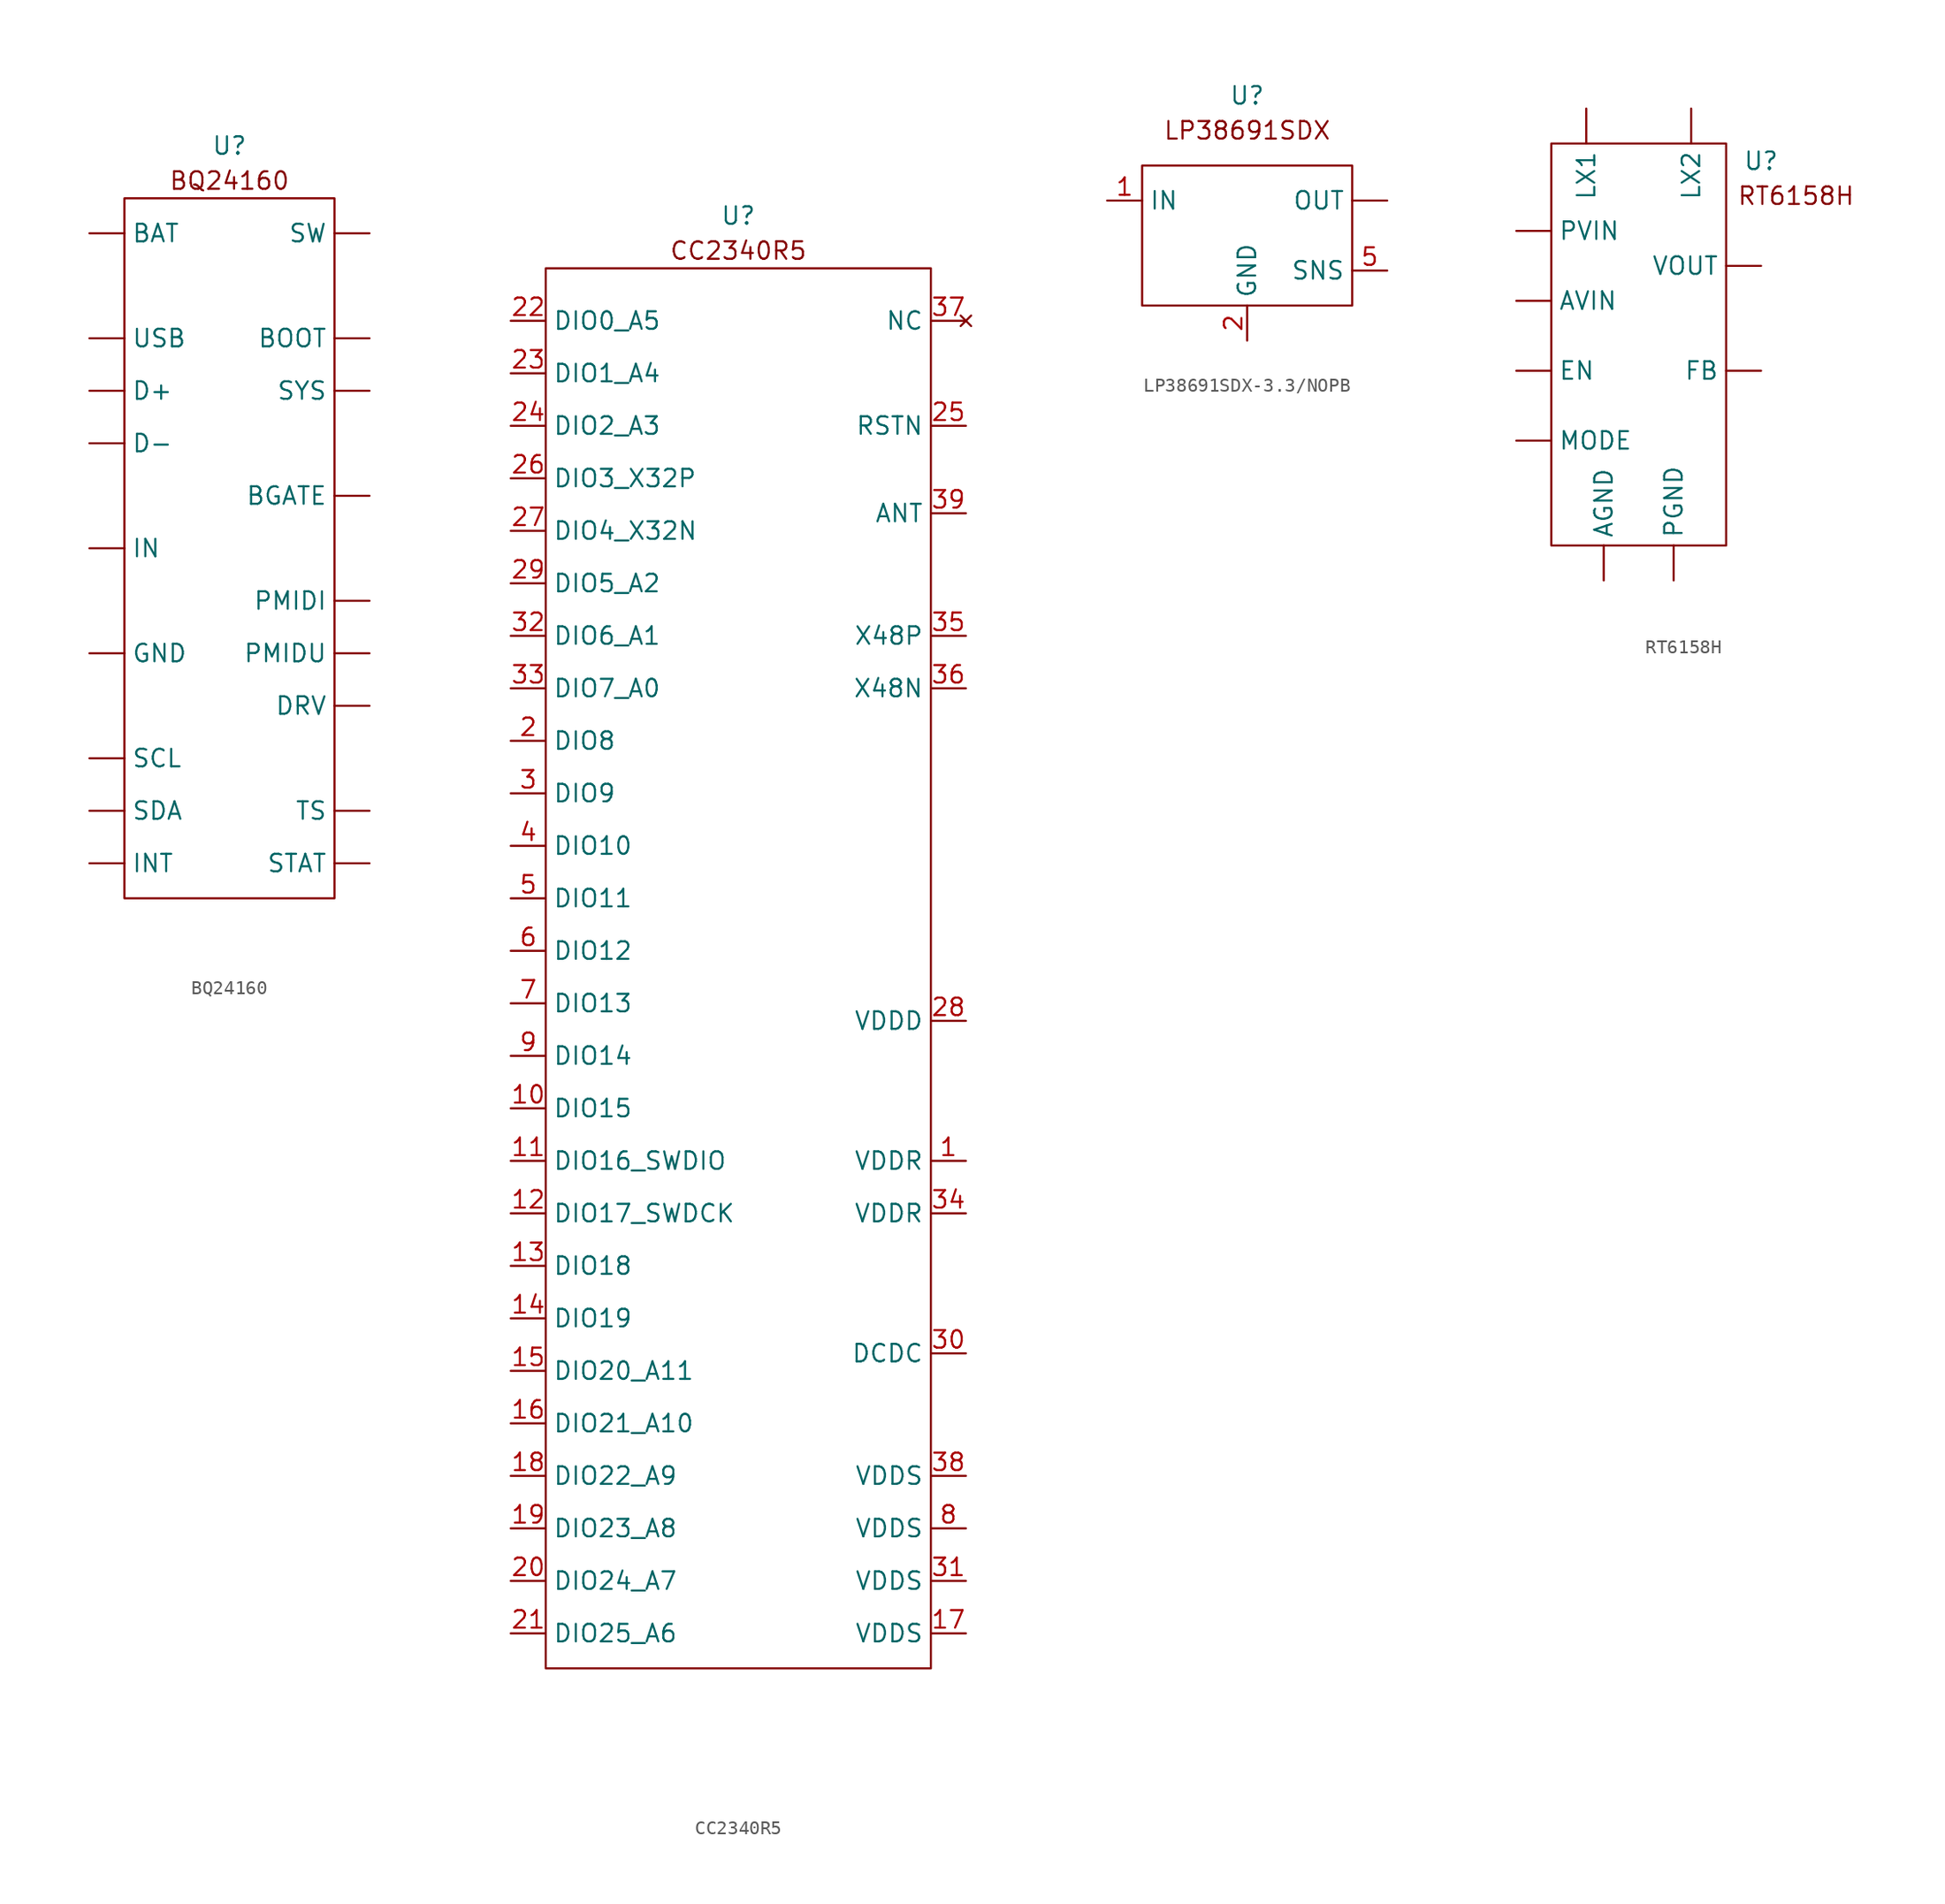
<source format=kicad_sym>
(kicad_symbol_lib
  (version 20231120)
  (generator "kicad_symbol_editor")
  (generator_version "8.0")
  (symbol "BQ24160"
    (property "Reference" "U"
      (at 0 12.7 0)
      (effects (font (size 1.27 1.27))))
    (property "Value" ""
      (at 0 0 0)
      (effects (font (size 1.27 1.27))))
    (symbol "BQ24160_0_1"
      (rectangle (start -7.62 8.89) (end 7.62 -41.91) (stroke (width 0) (type default)) (fill (type none))))
    (symbol "BQ24160_1_1"
      (text "BQ24160" (at 0 10.16 0) (effects (font (size 1.27 1.27))))
      (pin bidirectional line (at -10.16 6.35 0) (length 2.54) (name "BAT" (effects (font (size 1.27 1.27)))) (number "" (effects (font (size 1.27 1.27)))))
      (pin output line (at 10.16 -12.7 180) (length 2.54) (name "BGATE" (effects (font (size 1.27 1.27)))) (number "" (effects (font (size 1.27 1.27)))))
      (pin input line (at 10.16 -1.27 180) (length 2.54) (name "BOOT" (effects (font (size 1.27 1.27)))) (number "" (effects (font (size 1.27 1.27)))))
      (pin input line (at -10.16 -5.08 0) (length 2.54) (name "D+" (effects (font (size 1.27 1.27)))) (number "" (effects (font (size 1.27 1.27)))))
      (pin input line (at -10.16 -8.89 0) (length 2.54) (name "D-" (effects (font (size 1.27 1.27)))) (number "" (effects (font (size 1.27 1.27)))))
      (pin output line (at 10.16 -27.94 180) (length 2.54) (name "DRV" (effects (font (size 1.27 1.27)))) (number "" (effects (font (size 1.27 1.27)))))
      (pin power_in line (at -10.16 -24.13 0) (length 2.54) (name "GND" (effects (font (size 1.27 1.27)))) (number "" (effects (font (size 1.27 1.27)))))
      (pin power_in line (at -10.16 -16.51 0) (length 2.54) (name "IN" (effects (font (size 1.27 1.27)))) (number "" (effects (font (size 1.27 1.27)))))
      (pin output line (at -10.16 -39.37 0) (length 2.54) (name "INT" (effects (font (size 1.27 1.27)))) (number "" (effects (font (size 1.27 1.27)))))
      (pin output line (at 10.16 -20.32 180) (length 2.54) (name "PMIDI" (effects (font (size 1.27 1.27)))) (number "" (effects (font (size 1.27 1.27)))))
      (pin output line (at 10.16 -24.13 180) (length 2.54) (name "PMIDU" (effects (font (size 1.27 1.27)))) (number "" (effects (font (size 1.27 1.27)))))
      (pin input line (at -10.16 -31.75 0) (length 2.54) (name "SCL" (effects (font (size 1.27 1.27)))) (number "" (effects (font (size 1.27 1.27)))))
      (pin bidirectional line (at -10.16 -35.56 0) (length 2.54) (name "SDA" (effects (font (size 1.27 1.27)))) (number "" (effects (font (size 1.27 1.27)))))
      (pin output line (at 10.16 -39.37 180) (length 2.54) (name "STAT" (effects (font (size 1.27 1.27)))) (number "" (effects (font (size 1.27 1.27)))))
      (pin power_out line (at 10.16 6.35 180) (length 2.54) (name "SW" (effects (font (size 1.27 1.27)))) (number "" (effects (font (size 1.27 1.27)))))
      (pin input line (at 10.16 -5.08 180) (length 2.54) (name "SYS" (effects (font (size 1.27 1.27)))) (number "" (effects (font (size 1.27 1.27)))))
      (pin input line (at 10.16 -35.56 180) (length 2.54) (name "TS" (effects (font (size 1.27 1.27)))) (number "" (effects (font (size 1.27 1.27)))))
      (pin power_in line (at -10.16 -1.27 0) (length 2.54) (name "USB" (effects (font (size 1.27 1.27)))) (number "" (effects (font (size 1.27 1.27)))))))
  (symbol "CC2340R5"
    (property "Reference" "U"
      (at 0 49.53 0)
      (effects (font (size 1.27 1.27))))
    (property "Value" ""
      (at 16.51 -52.07 0)
      (effects (font (size 1.27 1.27))))
    (symbol "CC2340R5_0_1"
      (rectangle (start -13.97 45.72) (end 13.97 -55.88) (stroke (width 0) (type default)) (fill (type none))))
    (symbol "CC2340R5_1_1"
      (text "CC2340R5" (at 0 46.99 0) (effects (font (size 1.27 1.27))))
      (pin power_in line (at 16.51 -19.05 180) (length 2.54) (name "VDDR" (effects (font (size 1.27 1.27)))) (number "1" (effects (font (size 1.27 1.27)))))
      (pin bidirectional line (at -16.51 -15.24 0) (length 2.54) (name "DIO15" (effects (font (size 1.27 1.27)))) (number "10" (effects (font (size 1.27 1.27)))))
      (pin bidirectional line (at -16.51 -19.05 0) (length 2.54) (name "DIO16_SWDIO" (effects (font (size 1.27 1.27)))) (number "11" (effects (font (size 1.27 1.27)))))
      (pin bidirectional line (at -16.51 -22.86 0) (length 2.54) (name "DIO17_SWDCK" (effects (font (size 1.27 1.27)))) (number "12" (effects (font (size 1.27 1.27)))))
      (pin bidirectional line (at -16.51 -26.67 0) (length 2.54) (name "DIO18" (effects (font (size 1.27 1.27)))) (number "13" (effects (font (size 1.27 1.27)))))
      (pin bidirectional line (at -16.51 -30.48 0) (length 2.54) (name "DIO19" (effects (font (size 1.27 1.27)))) (number "14" (effects (font (size 1.27 1.27)))))
      (pin bidirectional line (at -16.51 -34.29 0) (length 2.54) (name "DIO20_A11" (effects (font (size 1.27 1.27)))) (number "15" (effects (font (size 1.27 1.27)))))
      (pin bidirectional line (at -16.51 -38.1 0) (length 2.54) (name "DIO21_A10" (effects (font (size 1.27 1.27)))) (number "16" (effects (font (size 1.27 1.27)))))
      (pin power_in line (at 16.51 -53.34 180) (length 2.54) (name "VDDS" (effects (font (size 1.27 1.27)))) (number "17" (effects (font (size 1.27 1.27)))))
      (pin bidirectional line (at -16.51 -41.91 0) (length 2.54) (name "DIO22_A9" (effects (font (size 1.27 1.27)))) (number "18" (effects (font (size 1.27 1.27)))))
      (pin bidirectional line (at -16.51 -45.72 0) (length 2.54) (name "DIO23_A8" (effects (font (size 1.27 1.27)))) (number "19" (effects (font (size 1.27 1.27)))))
      (pin bidirectional line (at -16.51 11.43 0) (length 2.54) (name "DIO8" (effects (font (size 1.27 1.27)))) (number "2" (effects (font (size 1.27 1.27)))))
      (pin bidirectional line (at -16.51 -49.53 0) (length 2.54) (name "DIO24_A7" (effects (font (size 1.27 1.27)))) (number "20" (effects (font (size 1.27 1.27)))))
      (pin bidirectional line (at -16.51 -53.34 0) (length 2.54) (name "DIO25_A6" (effects (font (size 1.27 1.27)))) (number "21" (effects (font (size 1.27 1.27)))))
      (pin bidirectional line (at -16.51 41.91 0) (length 2.54) (name "DIO0_A5" (effects (font (size 1.27 1.27)))) (number "22" (effects (font (size 1.27 1.27)))))
      (pin bidirectional line (at -16.51 38.1 0) (length 2.54) (name "DIO1_A4" (effects (font (size 1.27 1.27)))) (number "23" (effects (font (size 1.27 1.27)))))
      (pin bidirectional line (at -16.51 34.29 0) (length 2.54) (name "DIO2_A3" (effects (font (size 1.27 1.27)))) (number "24" (effects (font (size 1.27 1.27)))))
      (pin input line (at 16.51 34.29 180) (length 2.54) (name "RSTN" (effects (font (size 1.27 1.27)))) (number "25" (effects (font (size 1.27 1.27)))))
      (pin bidirectional line (at -16.51 30.48 0) (length 2.54) (name "DIO3_X32P" (effects (font (size 1.27 1.27)))) (number "26" (effects (font (size 1.27 1.27)))))
      (pin bidirectional line (at -16.51 26.67 0) (length 2.54) (name "DIO4_X32N" (effects (font (size 1.27 1.27)))) (number "27" (effects (font (size 1.27 1.27)))))
      (pin power_out line (at 16.51 -8.89 180) (length 2.54) (name "VDDD" (effects (font (size 1.27 1.27)))) (number "28" (effects (font (size 1.27 1.27)))))
      (pin bidirectional line (at -16.51 22.86 0) (length 2.54) (name "DIO5_A2" (effects (font (size 1.27 1.27)))) (number "29" (effects (font (size 1.27 1.27)))))
      (pin bidirectional line (at -16.51 7.62 0) (length 2.54) (name "DIO9" (effects (font (size 1.27 1.27)))) (number "3" (effects (font (size 1.27 1.27)))))
      (pin power_out line (at 16.51 -33.02 180) (length 2.54) (name "DCDC" (effects (font (size 1.27 1.27)))) (number "30" (effects (font (size 1.27 1.27)))))
      (pin power_in line (at 16.51 -49.53 180) (length 2.54) (name "VDDS" (effects (font (size 1.27 1.27)))) (number "31" (effects (font (size 1.27 1.27)))))
      (pin bidirectional line (at -16.51 19.05 0) (length 2.54) (name "DIO6_A1" (effects (font (size 1.27 1.27)))) (number "32" (effects (font (size 1.27 1.27)))))
      (pin bidirectional line (at -16.51 15.24 0) (length 2.54) (name "DIO7_A0" (effects (font (size 1.27 1.27)))) (number "33" (effects (font (size 1.27 1.27)))))
      (pin power_out line (at 16.51 -22.86 180) (length 2.54) (name "VDDR" (effects (font (size 1.27 1.27)))) (number "34" (effects (font (size 1.27 1.27)))))
      (pin passive line (at 16.51 19.05 180) (length 2.54) (name "X48P" (effects (font (size 1.27 1.27)))) (number "35" (effects (font (size 1.27 1.27)))))
      (pin passive line (at 16.51 15.24 180) (length 2.54) (name "X48N" (effects (font (size 1.27 1.27)))) (number "36" (effects (font (size 1.27 1.27)))))
      (pin no_connect line (at 16.51 41.91 180) (length 2.54) (name "NC" (effects (font (size 1.27 1.27)))) (number "37" (effects (font (size 1.27 1.27)))))
      (pin power_in line (at 16.51 -41.91 180) (length 2.54) (name "VDDS" (effects (font (size 1.27 1.27)))) (number "38" (effects (font (size 1.27 1.27)))))
      (pin bidirectional line (at 16.51 27.94 180) (length 2.54) (name "ANT" (effects (font (size 1.27 1.27)))) (number "39" (effects (font (size 1.27 1.27)))))
      (pin bidirectional line (at -16.51 3.81 0) (length 2.54) (name "DIO10" (effects (font (size 1.27 1.27)))) (number "4" (effects (font (size 1.27 1.27)))))
      (pin bidirectional line (at -16.51 0 0) (length 2.54) (name "DIO11" (effects (font (size 1.27 1.27)))) (number "5" (effects (font (size 1.27 1.27)))))
      (pin bidirectional line (at -16.51 -3.81 0) (length 2.54) (name "DIO12" (effects (font (size 1.27 1.27)))) (number "6" (effects (font (size 1.27 1.27)))))
      (pin bidirectional line (at -16.51 -7.62 0) (length 2.54) (name "DIO13" (effects (font (size 1.27 1.27)))) (number "7" (effects (font (size 1.27 1.27)))))
      (pin power_in line (at 16.51 -45.72 180) (length 2.54) (name "VDDS" (effects (font (size 1.27 1.27)))) (number "8" (effects (font (size 1.27 1.27)))))
      (pin bidirectional line (at -16.51 -11.43 0) (length 2.54) (name "DIO14" (effects (font (size 1.27 1.27)))) (number "9" (effects (font (size 1.27 1.27)))))))
  (symbol "LP38691SDX-3.3/NOPB"
    (property "Reference" "U"
      (at 0 12.7 0)
      (effects (font (size 1.27 1.27))))
    (property "Value" ""
      (at 0 11.43 0)
      (effects (font (size 1.27 1.27))))
    (symbol "LP38691SDX-3.3/NOPB_1_1"
      (rectangle (start -7.62 7.62) (end 7.62 -2.54) (stroke (width 0) (type default)) (fill (type none)))
      (text "LP38691SDX" (at 0 10.16 0) (effects (font (size 1.27 1.27))))
      (pin input line (at 10.16 5.08 180) (length 2.54) (name "OUT" (effects (font (size 1.27 1.27)))) (number "" (effects (font (size 1.27 1.27)))))
      (pin power_in line (at -10.16 5.08 0) (length 2.54) (name "IN" (effects (font (size 1.27 1.27)))) (number "1" (effects (font (size 1.27 1.27)))))
      (pin power_in line (at 0 -5.08 90) (length 2.54) (name "GND" (effects (font (size 1.27 1.27)))) (number "2" (effects (font (size 1.27 1.27)))))
      (pin input line (at 10.16 0 180) (length 2.54) (name "SNS" (effects (font (size 1.27 1.27)))) (number "5" (effects (font (size 1.27 1.27)))))))
  (symbol "RT6158H"
    (property "Reference" "U"
      (at 8.89 8.89 0)
      (effects (font (size 1.27 1.27))))
    (property "Value" ""
      (at 0 0 0)
      (effects (font (size 1.27 1.27))))
    (symbol "RT6158H_0_1"
      (rectangle (start -6.35 10.16) (end 6.35 -19.05) (stroke (width 0) (type default)) (fill (type none))))
    (symbol "RT6158H_1_1"
      (text "RT6158H" (at 11.43 6.35 0) (effects (font (size 1.27 1.27))))
      (pin power_in line (at -2.54 -21.59 90) (length 2.54) (name "AGND" (effects (font (size 1.27 1.27)))) (number "" (effects (font (size 1.27 1.27)))))
      (pin power_in line (at -8.89 -1.27 0) (length 2.54) (name "AVIN" (effects (font (size 1.27 1.27)))) (number "" (effects (font (size 1.27 1.27)))))
      (pin input line (at -8.89 -6.35 0) (length 2.54) (name "EN" (effects (font (size 1.27 1.27)))) (number "" (effects (font (size 1.27 1.27)))))
      (pin output line (at 8.89 -6.35 180) (length 2.54) (name "FB" (effects (font (size 1.27 1.27)))) (number "" (effects (font (size 1.27 1.27)))))
      (pin passive line (at -3.81 12.7 270) (length 2.54) (name "LX1" (effects (font (size 1.27 1.27)))) (number "" (effects (font (size 1.27 1.27)))))
      (pin passive line (at 3.81 12.7 270) (length 2.54) (name "LX2" (effects (font (size 1.27 1.27)))) (number "" (effects (font (size 1.27 1.27)))))
      (pin input line (at -8.89 -11.43 0) (length 2.54) (name "MODE" (effects (font (size 1.27 1.27)))) (number "" (effects (font (size 1.27 1.27)))))
      (pin power_in line (at 2.54 -21.59 90) (length 2.54) (name "PGND" (effects (font (size 1.27 1.27)))) (number "" (effects (font (size 1.27 1.27)))))
      (pin power_in line (at -8.89 3.81 0) (length 2.54) (name "PVIN" (effects (font (size 1.27 1.27)))) (number "" (effects (font (size 1.27 1.27)))))
      (pin power_out line (at 8.89 1.27 180) (length 2.54) (name "VOUT" (effects (font (size 1.27 1.27)))) (number "" (effects (font (size 1.27 1.27))))))))
</source>
